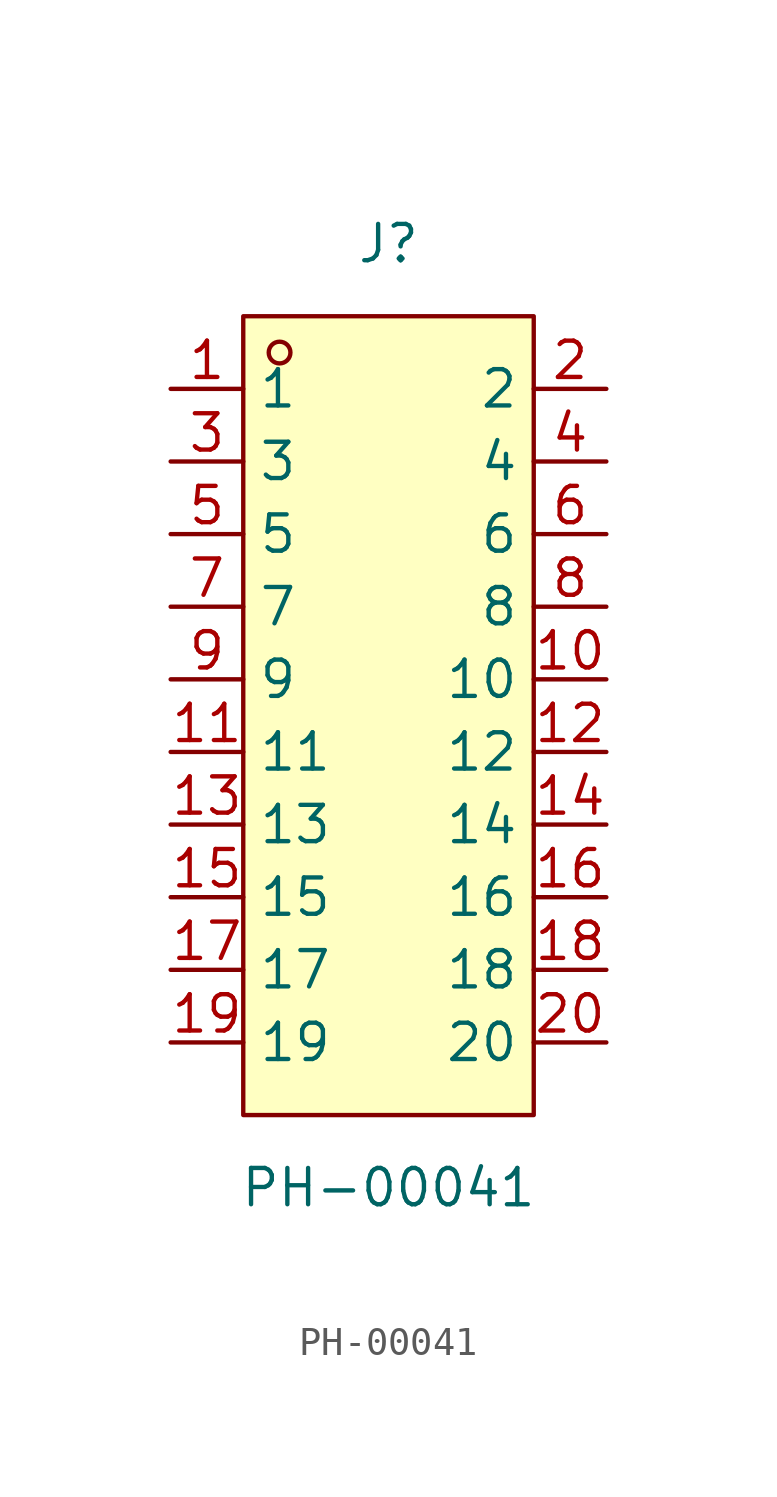
<source format=kicad_sym>
(kicad_symbol_lib
  (version 20220914)
  (generator kicad_symbol_editor)
  (symbol "PH-00041"
    (property "Reference" "J"
      (at 0 16.51 0)
      (effects (font (size 1.27 1.27))))
    (property "Value" "PH-00041"
      (at 0 -16.51 0)
      (effects (font (size 1.27 1.27))))
    (symbol "PH-00041_0_1"
      (rectangle (start -5.08 13.97) (end 5.08 -13.97) (stroke (width 0) (type default)) (fill (type background)))
      (circle (center -3.81 12.7) (radius 0.38) (stroke (width 0) (type default)) (fill (type none)))
      (pin unspecified line (at -7.62 11.43 0) (length 2.54) (name "1" (effects (font (size 1.27 1.27)))) (number "1" (effects (font (size 1.27 1.27)))))
      (pin unspecified line (at 7.62 1.27 180) (length 2.54) (name "10" (effects (font (size 1.27 1.27)))) (number "10" (effects (font (size 1.27 1.27)))))
      (pin unspecified line (at -7.62 -1.27 0) (length 2.54) (name "11" (effects (font (size 1.27 1.27)))) (number "11" (effects (font (size 1.27 1.27)))))
      (pin unspecified line (at 7.62 -1.27 180) (length 2.54) (name "12" (effects (font (size 1.27 1.27)))) (number "12" (effects (font (size 1.27 1.27)))))
      (pin unspecified line (at -7.62 -3.81 0) (length 2.54) (name "13" (effects (font (size 1.27 1.27)))) (number "13" (effects (font (size 1.27 1.27)))))
      (pin unspecified line (at 7.62 -3.81 180) (length 2.54) (name "14" (effects (font (size 1.27 1.27)))) (number "14" (effects (font (size 1.27 1.27)))))
      (pin unspecified line (at -7.62 -6.35 0) (length 2.54) (name "15" (effects (font (size 1.27 1.27)))) (number "15" (effects (font (size 1.27 1.27)))))
      (pin unspecified line (at 7.62 -6.35 180) (length 2.54) (name "16" (effects (font (size 1.27 1.27)))) (number "16" (effects (font (size 1.27 1.27)))))
      (pin unspecified line (at -7.62 -8.89 0) (length 2.54) (name "17" (effects (font (size 1.27 1.27)))) (number "17" (effects (font (size 1.27 1.27)))))
      (pin unspecified line (at 7.62 -8.89 180) (length 2.54) (name "18" (effects (font (size 1.27 1.27)))) (number "18" (effects (font (size 1.27 1.27)))))
      (pin unspecified line (at -7.62 -11.43 0) (length 2.54) (name "19" (effects (font (size 1.27 1.27)))) (number "19" (effects (font (size 1.27 1.27)))))
      (pin unspecified line (at 7.62 11.43 180) (length 2.54) (name "2" (effects (font (size 1.27 1.27)))) (number "2" (effects (font (size 1.27 1.27)))))
      (pin unspecified line (at 7.62 -11.43 180) (length 2.54) (name "20" (effects (font (size 1.27 1.27)))) (number "20" (effects (font (size 1.27 1.27)))))
      (pin unspecified line (at -7.62 8.89 0) (length 2.54) (name "3" (effects (font (size 1.27 1.27)))) (number "3" (effects (font (size 1.27 1.27)))))
      (pin unspecified line (at 7.62 8.89 180) (length 2.54) (name "4" (effects (font (size 1.27 1.27)))) (number "4" (effects (font (size 1.27 1.27)))))
      (pin unspecified line (at -7.62 6.35 0) (length 2.54) (name "5" (effects (font (size 1.27 1.27)))) (number "5" (effects (font (size 1.27 1.27)))))
      (pin unspecified line (at 7.62 6.35 180) (length 2.54) (name "6" (effects (font (size 1.27 1.27)))) (number "6" (effects (font (size 1.27 1.27)))))
      (pin unspecified line (at -7.62 3.81 0) (length 2.54) (name "7" (effects (font (size 1.27 1.27)))) (number "7" (effects (font (size 1.27 1.27)))))
      (pin unspecified line (at 7.62 3.81 180) (length 2.54) (name "8" (effects (font (size 1.27 1.27)))) (number "8" (effects (font (size 1.27 1.27)))))
      (pin unspecified line (at -7.62 1.27 0) (length 2.54) (name "9" (effects (font (size 1.27 1.27)))) (number "9" (effects (font (size 1.27 1.27))))))))
</source>
